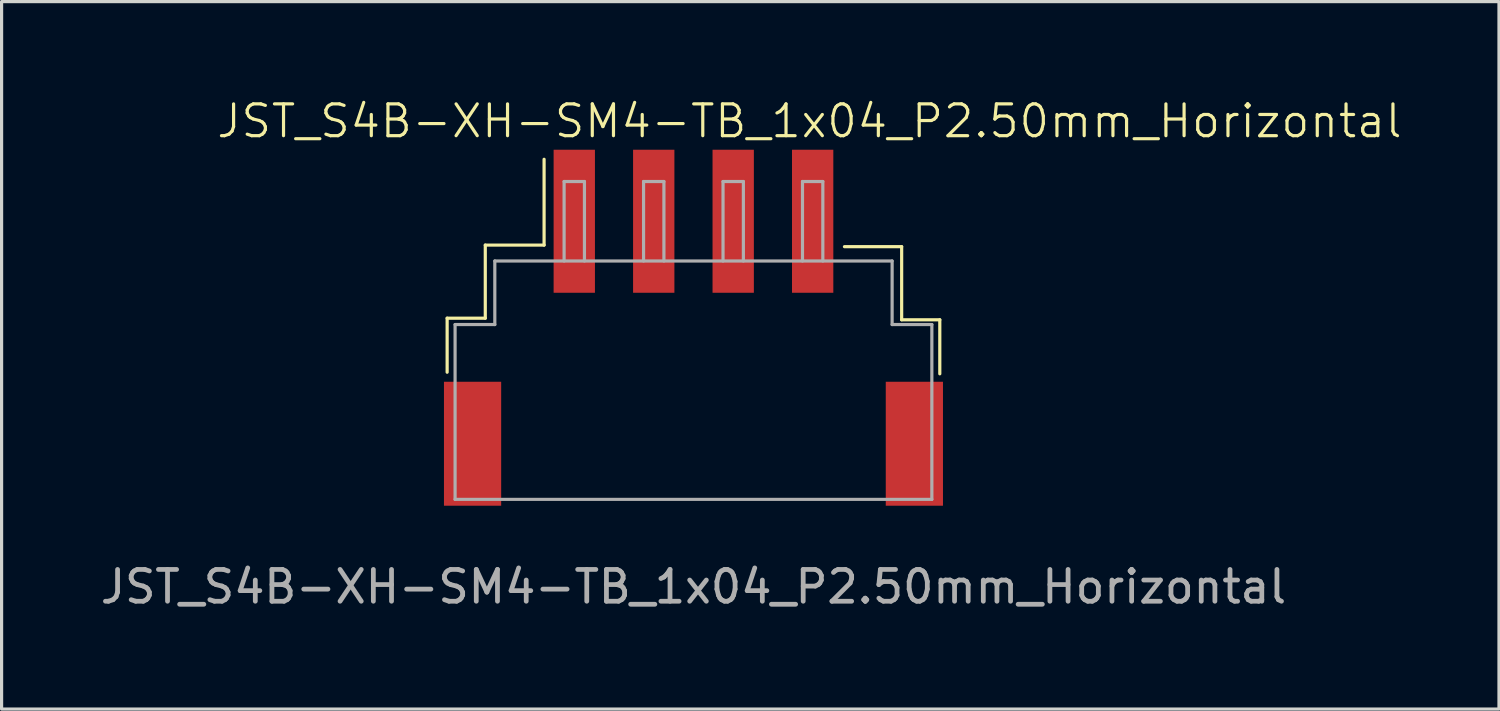
<source format=kicad_pcb>
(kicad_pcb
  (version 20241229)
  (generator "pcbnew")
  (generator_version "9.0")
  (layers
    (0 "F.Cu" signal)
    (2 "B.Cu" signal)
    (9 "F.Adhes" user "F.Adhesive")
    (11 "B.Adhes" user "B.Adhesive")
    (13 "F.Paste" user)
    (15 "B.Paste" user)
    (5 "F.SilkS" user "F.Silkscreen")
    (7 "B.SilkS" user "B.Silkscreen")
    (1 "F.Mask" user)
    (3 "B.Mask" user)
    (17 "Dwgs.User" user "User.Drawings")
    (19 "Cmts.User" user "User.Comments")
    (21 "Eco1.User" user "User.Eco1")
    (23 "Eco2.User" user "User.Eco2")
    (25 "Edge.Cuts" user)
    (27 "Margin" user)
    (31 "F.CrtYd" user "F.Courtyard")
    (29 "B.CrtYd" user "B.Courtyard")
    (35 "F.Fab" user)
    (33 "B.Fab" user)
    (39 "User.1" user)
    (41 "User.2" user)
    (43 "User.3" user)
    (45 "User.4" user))
  (footprint "JST_S4B-XH-SM4-TB_1x04_P2.50mm_Horizontal"
    (layer "F.Cu")
    (at 18.768 12.661)
    (property "Reference" "JST_S4B-XH-SM4-TB_1x04_P2.50mm_Horizontal" (at 3.65 -11.9 0) (unlocked yes) (layer "F.SilkS") (effects (font (size 1 1) (thickness 0.1))))
    (attr smd)
    (fp_line (start -7.75 -5.7) (end -6.55 -5.7) (stroke (width 0.1) (type default)) (layer "F.SilkS"))
    (fp_line (start -7.75 -4) (end -7.75 -5.7) (stroke (width 0.1) (type default)) (layer "F.SilkS"))
    (fp_line (start -6.55 -8) (end -4.7 -8) (stroke (width 0.1) (type default)) (layer "F.SilkS"))
    (fp_line (start -6.55 -5.7) (end -6.55 -8) (stroke (width 0.1) (type default)) (layer "F.SilkS"))
    (fp_line (start -4.7 -8) (end -4.7 -10.7) (stroke (width 0.1) (type default)) (layer "F.SilkS"))
    (fp_line (start 4.75 -7.95) (end 6.55 -7.95) (stroke (width 0.1) (type default)) (layer "F.SilkS"))
    (fp_line (start 6.55 -5.65) (end 6.55 -7.95) (stroke (width 0.1) (type default)) (layer "F.SilkS"))
    (fp_line (start 6.55 -5.65) (end 7.75 -5.65) (stroke (width 0.1) (type default)) (layer "F.SilkS"))
    (fp_line (start 7.75 -3.95) (end 7.75 -5.65) (stroke (width 0.1) (type default)) (layer "F.SilkS"))
    (fp_line (start -7.5 -5.5) (end -7.5 0) (stroke (width 0.1) (type default)) (layer "F.Fab"))
    (fp_line (start -7.5 0) (end 7.5 0) (stroke (width 0.1) (type default)) (layer "F.Fab"))
    (fp_line (start -6.25 -7.5) (end -6.25 -5.5) (stroke (width 0.1) (type default)) (layer "F.Fab"))
    (fp_line (start -6.25 -5.5) (end -7.5 -5.5) (stroke (width 0.1) (type default)) (layer "F.Fab"))
    (fp_line (start -4.07 -10) (end -3.43 -10) (stroke (width 0.1) (type default)) (layer "F.Fab"))
    (fp_line (start -4.07 -7.5) (end -4.07 -10) (stroke (width 0.1) (type default)) (layer "F.Fab"))
    (fp_line (start -3.43 -10) (end -3.43 -7.5) (stroke (width 0.1) (type default)) (layer "F.Fab"))
    (fp_line (start -1.57 -10) (end -1.57 -7.5) (stroke (width 0.1) (type default)) (layer "F.Fab"))
    (fp_line (start -1.57 -10) (end -0.93 -10) (stroke (width 0.1) (type default)) (layer "F.Fab"))
    (fp_line (start -0.93 -10) (end -0.93 -7.5) (stroke (width 0.1) (type default)) (layer "F.Fab"))
    (fp_line (start 0.93 -10) (end 0.93 -7.5) (stroke (width 0.1) (type default)) (layer "F.Fab"))
    (fp_line (start 0.93 -10) (end 1.57 -10) (stroke (width 0.1) (type default)) (layer "F.Fab"))
    (fp_line (start 1.57 -10) (end 1.57 -7.5) (stroke (width 0.1) (type default)) (layer "F.Fab"))
    (fp_line (start 3.43 -10) (end 3.43 -7.5) (stroke (width 0.1) (type default)) (layer "F.Fab"))
    (fp_line (start 3.43 -10) (end 4.07 -10) (stroke (width 0.1) (type default)) (layer "F.Fab"))
    (fp_line (start 4.07 -10) (end 4.07 -7.5) (stroke (width 0.1) (type default)) (layer "F.Fab"))
    (fp_line (start 6.25 -7.5) (end -6.25 -7.5) (stroke (width 0.1) (type default)) (layer "F.Fab"))
    (fp_line (start 6.25 -5.5) (end 6.25 -7.5) (stroke (width 0.1) (type default)) (layer "F.Fab"))
    (fp_line (start 7.5 -5.5) (end 6.25 -5.5) (stroke (width 0.1) (type default)) (layer "F.Fab"))
    (fp_line (start 7.5 0) (end 7.5 -5.5) (stroke (width 0.1) (type default)) (layer "F.Fab"))
    (fp_text user "${REFERENCE}" (at 0 2.75 0) (unlocked yes) (layer "F.Fab") (effects (font (size 1 1) (thickness 0.15))))
    (pad "" smd rect (at -6.95 -1.75) (size 1.8 3.9) (layers "F.Cu" "F.Mask" "F.Paste"))
    (pad "" smd rect (at 6.95 -1.75) (size 1.8 3.9) (layers "F.Cu" "F.Mask" "F.Paste"))
    (pad "1" smd rect (at -3.75 -8.75) (size 1.3 4.5) (layers "F.Cu" "F.Mask" "F.Paste"))
    (pad "2" smd rect (at -1.25 -8.75) (size 1.3 4.5) (layers "F.Cu" "F.Mask" "F.Paste"))
    (pad "3" smd rect (at 1.25 -8.75) (size 1.3 4.5) (layers "F.Cu" "F.Mask" "F.Paste"))
    (pad "4" smd rect (at 3.75 -8.75) (size 1.3 4.5) (layers "F.Cu" "F.Mask" "F.Paste")))
  (gr_rect
    (start -3 -3)
    (end 44.111 19.259)
    (stroke (width 0.1) (type default))
    (fill no)
    (layer "Edge.Cuts")))
</source>
